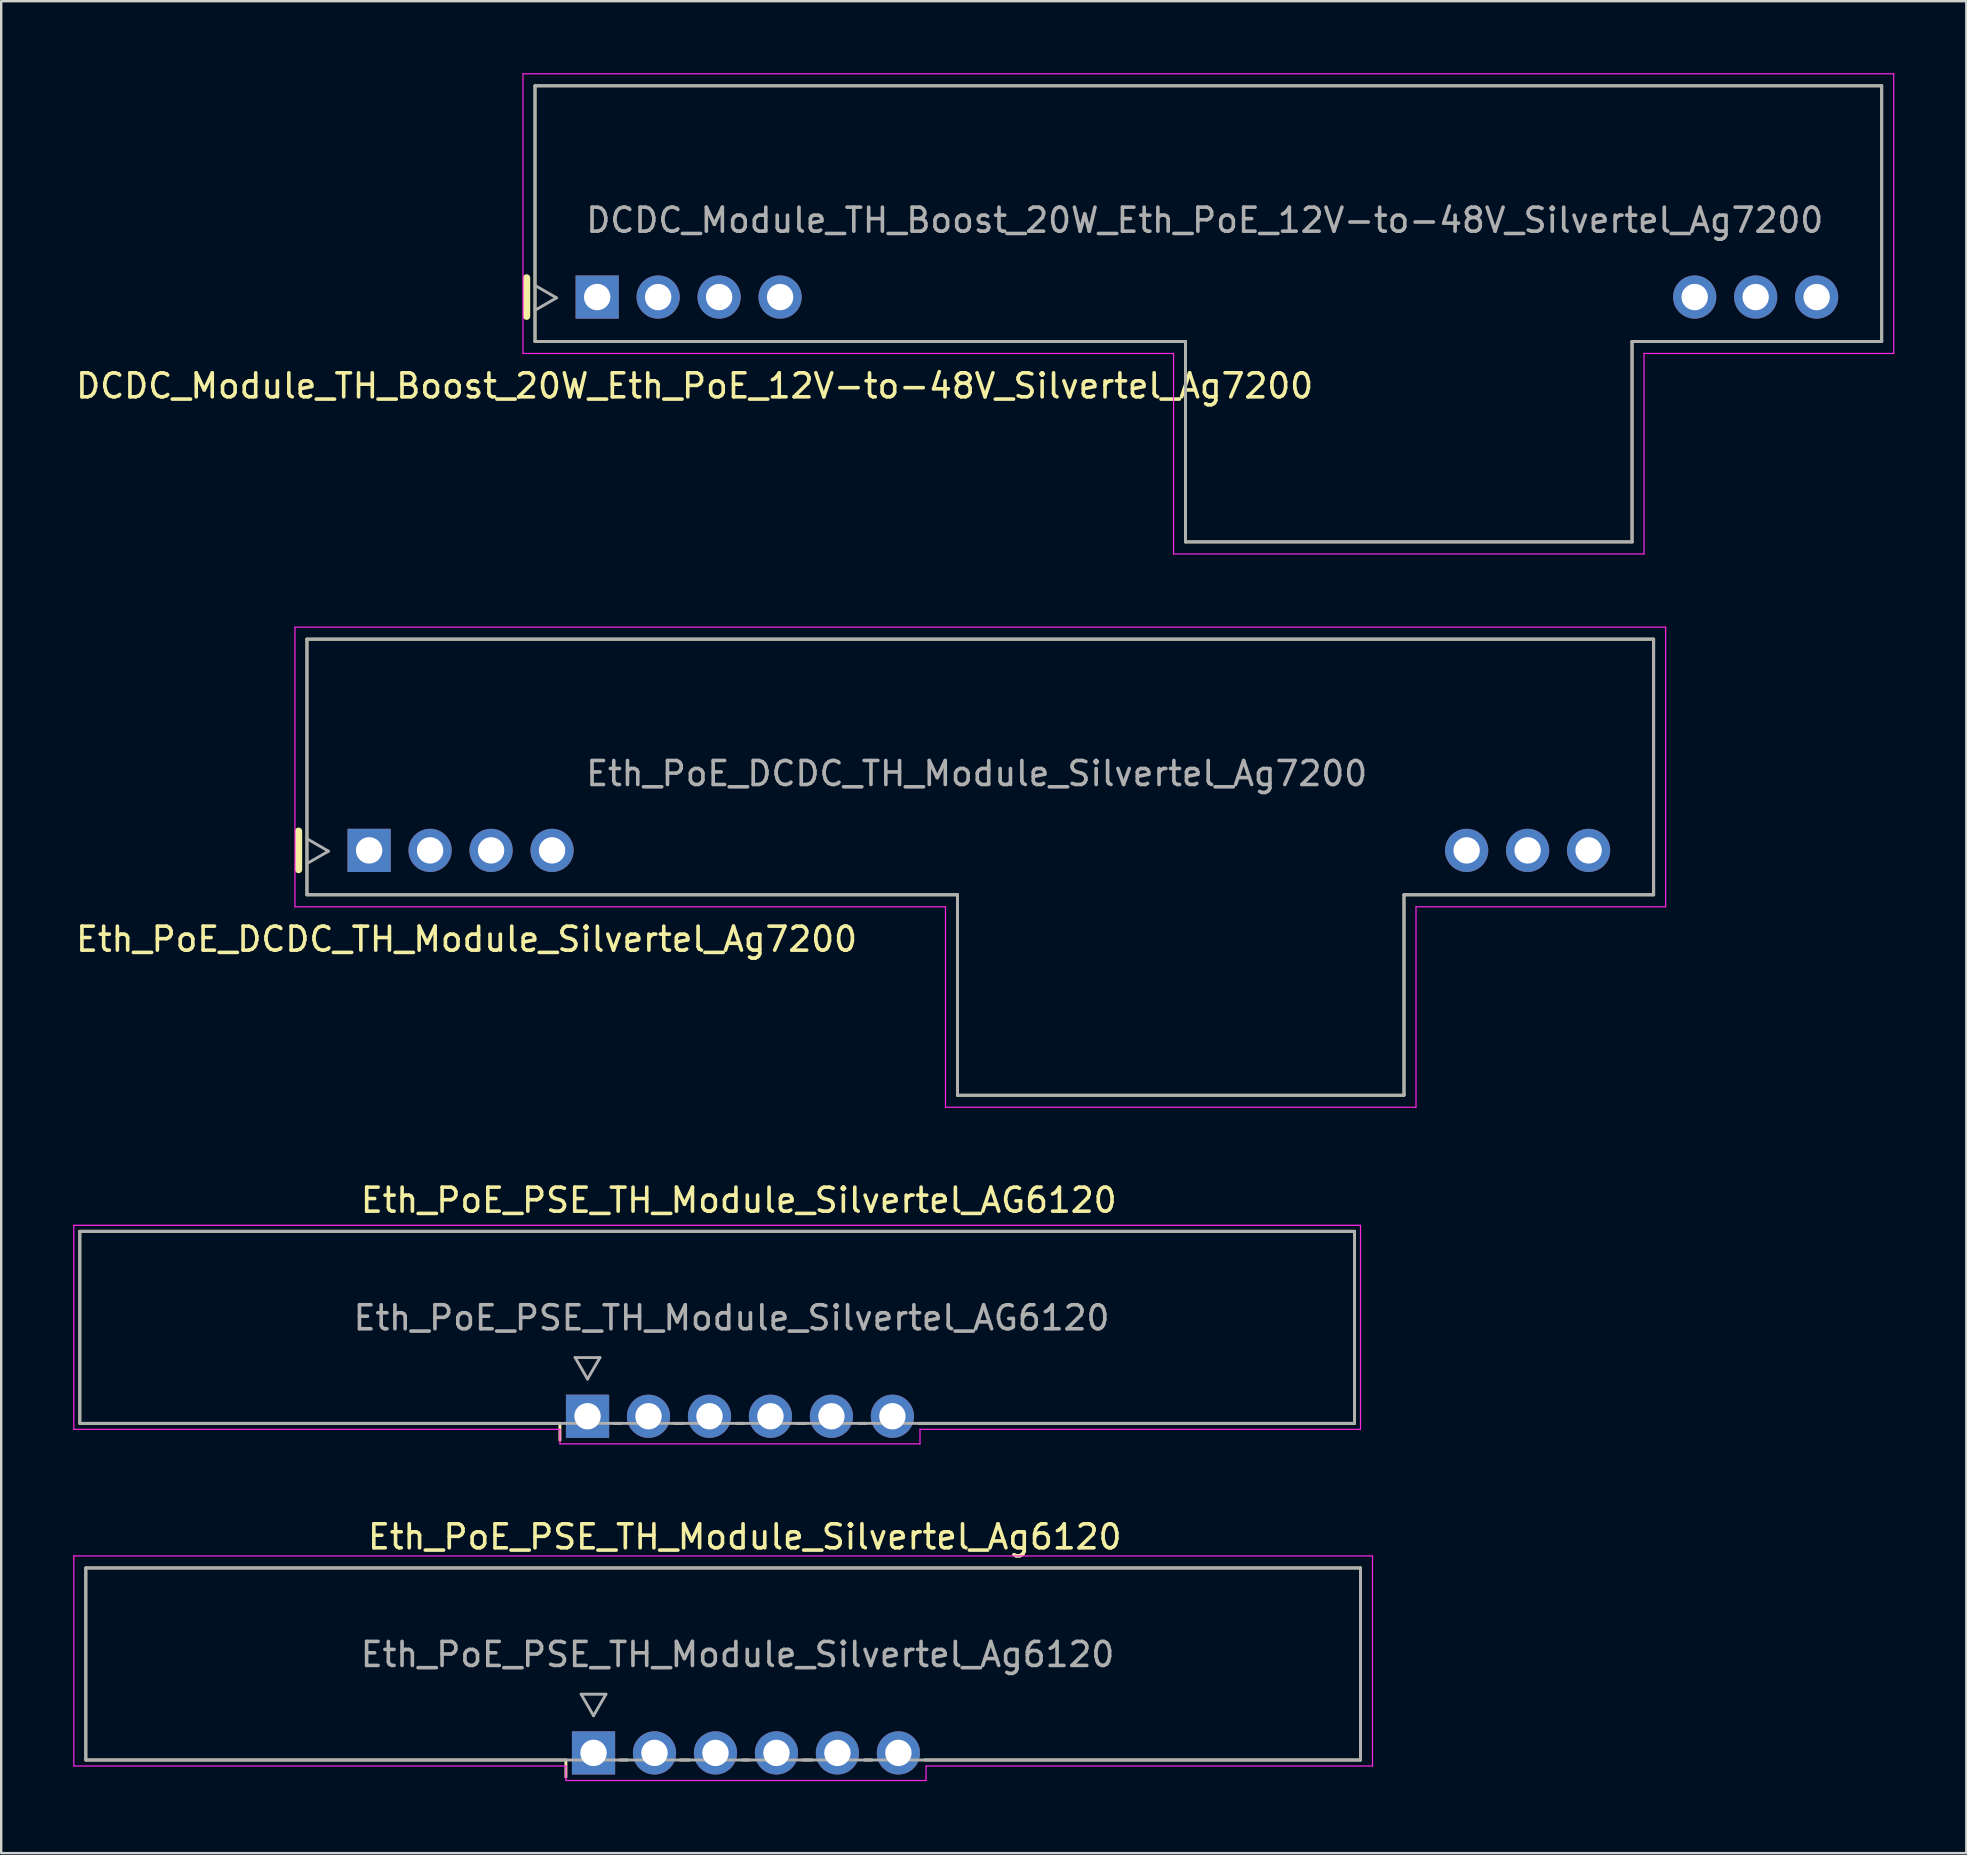
<source format=kicad_pcb>
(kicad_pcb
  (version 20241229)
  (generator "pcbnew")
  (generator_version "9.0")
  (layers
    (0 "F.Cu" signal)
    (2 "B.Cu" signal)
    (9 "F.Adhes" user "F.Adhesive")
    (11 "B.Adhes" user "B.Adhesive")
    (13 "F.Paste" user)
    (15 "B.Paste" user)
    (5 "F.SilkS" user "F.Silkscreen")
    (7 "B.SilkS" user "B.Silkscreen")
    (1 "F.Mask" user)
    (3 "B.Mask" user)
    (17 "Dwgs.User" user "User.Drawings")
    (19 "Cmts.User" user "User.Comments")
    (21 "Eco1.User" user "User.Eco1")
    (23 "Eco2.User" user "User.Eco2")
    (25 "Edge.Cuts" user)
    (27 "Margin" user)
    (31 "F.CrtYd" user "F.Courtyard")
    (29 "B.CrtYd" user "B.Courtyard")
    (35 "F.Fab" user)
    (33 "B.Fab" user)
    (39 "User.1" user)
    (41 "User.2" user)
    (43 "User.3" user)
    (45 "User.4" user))
  (footprint "Eth_PoE_DCDC_TH_Module_Silvertel_Ag7200"
    (layer "F.Cu")
    (at 12.327 32.375)
    (property "Reference" "Eth_PoE_DCDC_TH_Module_Silvertel_Ag7200" (at 4.06 3.7 0) (layer "F.SilkS") (effects (font (size 1 1) (thickness 0.15))))
    (attr through_hole)
    (fp_line (start -2.94 -0.8) (end -2.94 0.8) (stroke (width 0.3) (type default)) (layer "F.SilkS"))
    (fp_line (start -2.59 -8.8) (end 53.51 -8.8) (stroke (width 0.12) (type solid)) (layer "F.SilkS"))
    (fp_line (start -2.59 1.85) (end -2.59 -8.8) (stroke (width 0.12) (type solid)) (layer "F.SilkS"))
    (fp_line (start -2.59 1.85) (end 24.51 1.85) (stroke (width 0.12) (type default)) (layer "F.SilkS"))
    (fp_line (start 24.51 1.85) (end 24.51 10.2) (stroke (width 0.12) (type default)) (layer "F.SilkS"))
    (fp_line (start 43.11 1.85) (end 43.11 10.2) (stroke (width 0.12) (type default)) (layer "F.SilkS"))
    (fp_line (start 43.11 10.2) (end 24.51 10.2) (stroke (width 0.12) (type solid)) (layer "F.SilkS"))
    (fp_line (start 53.51 -8.8) (end 53.51 1.85) (stroke (width 0.12) (type solid)) (layer "F.SilkS"))
    (fp_line (start 53.51 1.85) (end 43.11 1.85) (stroke (width 0.12) (type default)) (layer "F.SilkS"))
    (fp_line (start -3.09 -9.3) (end -3.09 2.35) (stroke (width 0.05) (type solid)) (layer "F.CrtYd"))
    (fp_line (start -3.09 2.35) (end 24.01 2.35) (stroke (width 0.05) (type default)) (layer "F.CrtYd"))
    (fp_line (start 24.01 2.35) (end 24.01 10.7) (stroke (width 0.05) (type default)) (layer "F.CrtYd"))
    (fp_line (start 24.01 10.7) (end 43.61 10.7) (stroke (width 0.05) (type solid)) (layer "F.CrtYd"))
    (fp_line (start 43.61 2.35) (end 43.61 10.7) (stroke (width 0.05) (type default)) (layer "F.CrtYd"))
    (fp_line (start 54.01 -9.3) (end -3.09 -9.3) (stroke (width 0.05) (type solid)) (layer "F.CrtYd"))
    (fp_line (start 54.01 2.35) (end 43.61 2.35) (stroke (width 0.05) (type default)) (layer "F.CrtYd"))
    (fp_line (start 54.01 2.35) (end 54.01 -9.3) (stroke (width 0.05) (type solid)) (layer "F.CrtYd"))
    (fp_line (start -2.59 -8.8) (end 53.51 -8.8) (stroke (width 0.12) (type solid)) (layer "F.Fab"))
    (fp_line (start -2.59 0.55) (end -1.694 0.033) (stroke (width 0.12) (type solid)) (layer "F.Fab"))
    (fp_line (start -2.59 1.85) (end -2.59 -8.8) (stroke (width 0.12) (type solid)) (layer "F.Fab"))
    (fp_line (start -2.59 1.85) (end 24.51 1.85) (stroke (width 0.12) (type default)) (layer "F.Fab"))
    (fp_line (start -1.694 0.033) (end -2.59 -0.485) (stroke (width 0.12) (type solid)) (layer "F.Fab"))
    (fp_line (start 24.51 1.85) (end 24.51 10.2) (stroke (width 0.12) (type default)) (layer "F.Fab"))
    (fp_line (start 43.11 1.85) (end 43.11 10.2) (stroke (width 0.12) (type default)) (layer "F.Fab"))
    (fp_line (start 43.11 10.2) (end 24.51 10.2) (stroke (width 0.12) (type solid)) (layer "F.Fab"))
    (fp_line (start 53.51 -8.8) (end 53.51 1.85) (stroke (width 0.12) (type solid)) (layer "F.Fab"))
    (fp_line (start 53.51 1.85) (end 43.11 1.85) (stroke (width 0.12) (type default)) (layer "F.Fab"))
    (fp_text user "${REFERENCE}" (at 25.31 -3.2 0) (layer "F.Fab") (effects (font (size 1 1) (thickness 0.15))))
    (pad "1" thru_hole rect (at 0 0) (size 1.8 1.8) (drill 1.1) (layers "*.Cu" "*.Mask"))
    (pad "2" thru_hole circle (at 2.54 0) (size 1.8 1.8) (drill 1.1) (layers "*.Cu" "*.Mask"))
    (pad "3" thru_hole circle (at 5.08 0) (size 1.8 1.8) (drill 1.1) (layers "*.Cu" "*.Mask"))
    (pad "4" thru_hole circle (at 7.62 0) (size 1.8 1.8) (drill 1.1) (layers "*.Cu" "*.Mask"))
    (pad "5" thru_hole circle (at 45.72 0) (size 1.8 1.8) (drill 1.1) (layers "*.Cu" "*.Mask"))
    (pad "6" thru_hole circle (at 48.26 0) (size 1.8 1.8) (drill 1.1) (layers "*.Cu" "*.Mask"))
    (pad "7" thru_hole circle (at 50.8 0) (size 1.8 1.8) (drill 1.1) (layers "*.Cu" "*.Mask"))
    (zone (net_name "") (layer "F.Cu") (name "Isolation") (hatch edge 0.5) (connect_pads) (min_thickness 0.25) (filled_areas_thickness no) (keepout (tracks not_allowed) (vias not_allowed) (pads not_allowed) (copperpour not_allowed) (footprints allowed)) (placement (enabled no)) (fill) (polygon (pts (xy 43.887 23.575) (xy 43.887 42.575) (xy 56.887 42.575) (xy 56.887 23.575)))))
  (footprint "Eth_PoE_PSE_TH_Module_Silvertel_AG6120"
    (layer "F.Cu")
    (at 21.425 55.948)
    (property "Reference" "Eth_PoE_PSE_TH_Module_Silvertel_AG6120" (at 6.3 -9 0) (layer "F.SilkS") (effects (font (size 1 1) (thickness 0.15))))
    (attr through_hole)
    (fp_line (start -21.15 -7.705) (end 31.95 -7.705) (stroke (width 0.12) (type solid)) (layer "F.SilkS"))
    (fp_line (start -21.15 0.295) (end -21.15 -7.705) (stroke (width 0.12) (type solid)) (layer "F.SilkS"))
    (fp_line (start -1.15 0.295) (end -21.15 0.295) (stroke (width 0.12) (type solid)) (layer "F.SilkS"))
    (fp_line (start -1.15 1) (end -1.15 0.295) (stroke (width 0.12) (type solid)) (layer "F.SilkS"))
    (fp_line (start 1.1 0.295) (end 1.4 0.295) (stroke (width 0.12) (type solid)) (layer "F.SilkS"))
    (fp_line (start 3.6 0.295) (end 4 0.295) (stroke (width 0.12) (type solid)) (layer "F.SilkS"))
    (fp_line (start 6.2 0.295) (end 6.5 0.295) (stroke (width 0.12) (type solid)) (layer "F.SilkS"))
    (fp_line (start 8.7 0.295) (end 9.1 0.295) (stroke (width 0.12) (type solid)) (layer "F.SilkS"))
    (fp_line (start 11.3 0.295) (end 11.6 0.295) (stroke (width 0.12) (type solid)) (layer "F.SilkS"))
    (fp_line (start 31.95 -7.705) (end 31.95 0.295) (stroke (width 0.12) (type solid)) (layer "F.SilkS"))
    (fp_line (start 31.95 0.295) (end 13.8 0.295) (stroke (width 0.12) (type solid)) (layer "F.SilkS"))
    (fp_line (start -21.4 -7.955) (end 32.2 -7.955) (stroke (width 0.05) (type default)) (layer "F.CrtYd"))
    (fp_line (start -21.4 0.545) (end -21.4 -7.955) (stroke (width 0.05) (type default)) (layer "F.CrtYd"))
    (fp_line (start -1.15 0.545) (end -21.4 0.545) (stroke (width 0.05) (type default)) (layer "F.CrtYd"))
    (fp_line (start -1.15 1.15) (end -1.15 0.545) (stroke (width 0.05) (type default)) (layer "F.CrtYd"))
    (fp_line (start 13.85 0.545) (end 13.85 1.15) (stroke (width 0.05) (type default)) (layer "F.CrtYd"))
    (fp_line (start 13.85 1.15) (end -1.15 1.15) (stroke (width 0.05) (type default)) (layer "F.CrtYd"))
    (fp_line (start 32.2 -7.955) (end 32.2 0.545) (stroke (width 0.05) (type default)) (layer "F.CrtYd"))
    (fp_line (start 32.2 0.545) (end 13.85 0.545) (stroke (width 0.05) (type default)) (layer "F.CrtYd"))
    (fp_line (start -0.517 -2.446) (end 0 -1.55) (stroke (width 0.12) (type solid)) (layer "F.Fab"))
    (fp_line (start 0 -1.55) (end 0.518 -2.446) (stroke (width 0.12) (type solid)) (layer "F.Fab"))
    (fp_line (start 0.518 -2.446) (end -0.517 -2.446) (stroke (width 0.12) (type solid)) (layer "F.Fab"))
    (fp_rect (start -21.15 -7.705) (end 31.95 0.295) (stroke (width 0.12) (type default)) (fill no) (layer "F.Fab"))
    (fp_text user "${REFERENCE}" (at 6 -4.1 0) (layer "F.Fab") (effects (font (size 1 1) (thickness 0.15))))
    (pad "1" thru_hole rect (at 0 0) (size 1.8 1.8) (drill 1.1) (layers "*.Cu" "*.Mask"))
    (pad "2" thru_hole circle (at 2.54 0) (size 1.8 1.8) (drill 1.1) (layers "*.Cu" "*.Mask"))
    (pad "3" thru_hole circle (at 5.08 0) (size 1.8 1.8) (drill 1.1) (layers "*.Cu" "*.Mask"))
    (pad "4" thru_hole circle (at 7.62 0) (size 1.8 1.8) (drill 1.1) (layers "*.Cu" "*.Mask"))
    (pad "5" thru_hole circle (at 10.16 0) (size 1.8 1.8) (drill 1.1) (layers "*.Cu" "*.Mask"))
    (pad "6" thru_hole circle (at 12.7 0) (size 1.8 1.8) (drill 1.1) (layers "*.Cu" "*.Mask")))
  (footprint "Eth_PoE_PSE_TH_Module_Silvertel_Ag6120"
    (layer "F.Cu")
    (at 21.675 69.972)
    (property "Reference" "Eth_PoE_PSE_TH_Module_Silvertel_Ag6120" (at 6.3 -9 0) (layer "F.SilkS") (effects (font (size 1 1) (thickness 0.15))))
    (attr through_hole)
    (fp_line (start -21.15 -7.705) (end 31.95 -7.705) (stroke (width 0.12) (type solid)) (layer "F.SilkS"))
    (fp_line (start -21.15 0.295) (end -21.15 -7.705) (stroke (width 0.12) (type solid)) (layer "F.SilkS"))
    (fp_line (start -1.15 0.295) (end -21.15 0.295) (stroke (width 0.12) (type solid)) (layer "F.SilkS"))
    (fp_line (start -1.15 1) (end -1.15 0.295) (stroke (width 0.12) (type solid)) (layer "F.SilkS"))
    (fp_line (start 1.1 0.295) (end 1.4 0.295) (stroke (width 0.12) (type solid)) (layer "F.SilkS"))
    (fp_line (start 3.6 0.295) (end 4 0.295) (stroke (width 0.12) (type solid)) (layer "F.SilkS"))
    (fp_line (start 6.2 0.295) (end 6.5 0.295) (stroke (width 0.12) (type solid)) (layer "F.SilkS"))
    (fp_line (start 8.7 0.295) (end 9.1 0.295) (stroke (width 0.12) (type solid)) (layer "F.SilkS"))
    (fp_line (start 11.3 0.295) (end 11.6 0.295) (stroke (width 0.12) (type solid)) (layer "F.SilkS"))
    (fp_line (start 31.95 -7.705) (end 31.95 0.295) (stroke (width 0.12) (type solid)) (layer "F.SilkS"))
    (fp_line (start 31.95 0.295) (end 13.8 0.295) (stroke (width 0.12) (type solid)) (layer "F.SilkS"))
    (fp_line (start -21.65 -8.205) (end 32.45 -8.205) (stroke (width 0.05) (type default)) (layer "F.CrtYd"))
    (fp_line (start -21.65 0.545) (end -21.65 -8.205) (stroke (width 0.05) (type default)) (layer "F.CrtYd"))
    (fp_line (start -1.15 0.545) (end -21.65 0.545) (stroke (width 0.05) (type default)) (layer "F.CrtYd"))
    (fp_line (start -1.15 1.15) (end -1.15 0.545) (stroke (width 0.05) (type default)) (layer "F.CrtYd"))
    (fp_line (start 13.85 0.545) (end 13.85 1.15) (stroke (width 0.05) (type default)) (layer "F.CrtYd"))
    (fp_line (start 13.85 1.15) (end -1.15 1.15) (stroke (width 0.05) (type default)) (layer "F.CrtYd"))
    (fp_line (start 32.45 -8.205) (end 32.45 0.545) (stroke (width 0.05) (type default)) (layer "F.CrtYd"))
    (fp_line (start 32.45 0.545) (end 13.85 0.545) (stroke (width 0.05) (type default)) (layer "F.CrtYd"))
    (fp_line (start -0.517 -2.446) (end 0 -1.55) (stroke (width 0.12) (type solid)) (layer "F.Fab"))
    (fp_line (start 0 -1.55) (end 0.518 -2.446) (stroke (width 0.12) (type solid)) (layer "F.Fab"))
    (fp_line (start 0.518 -2.446) (end -0.517 -2.446) (stroke (width 0.12) (type solid)) (layer "F.Fab"))
    (fp_rect (start -21.15 -7.705) (end 31.95 0.295) (stroke (width 0.12) (type default)) (fill no) (layer "F.Fab"))
    (fp_text user "${REFERENCE}" (at 6 -4.1 0) (layer "F.Fab") (effects (font (size 1 1) (thickness 0.15))))
    (pad "1" thru_hole rect (at 0 0) (size 1.8 1.8) (drill 1.1) (layers "*.Cu" "*.Mask"))
    (pad "2" thru_hole circle (at 2.54 0) (size 1.8 1.8) (drill 1.1) (layers "*.Cu" "*.Mask"))
    (pad "3" thru_hole circle (at 5.08 0) (size 1.8 1.8) (drill 1.1) (layers "*.Cu" "*.Mask"))
    (pad "4" thru_hole circle (at 7.62 0) (size 1.8 1.8) (drill 1.1) (layers "*.Cu" "*.Mask"))
    (pad "5" thru_hole circle (at 10.16 0) (size 1.8 1.8) (drill 1.1) (layers "*.Cu" "*.Mask"))
    (pad "6" thru_hole circle (at 12.7 0) (size 1.8 1.8) (drill 1.1) (layers "*.Cu" "*.Mask")))
  (footprint "DCDC_Module_TH_Boost_20W_Eth_PoE_12V-to-48V_Silvertel_Ag7200"
    (layer "F.Cu")
    (at 21.827 9.325)
    (property "Reference" "DCDC_Module_TH_Boost_20W_Eth_PoE_12V-to-48V_Silvertel_Ag7200" (at 4.06 3.7 0) (layer "F.SilkS") (effects (font (size 1 1) (thickness 0.15))))
    (attr through_hole)
    (fp_line (start -2.94 -0.8) (end -2.94 0.8) (stroke (width 0.3) (type default)) (layer "F.SilkS"))
    (fp_line (start -2.59 -8.8) (end 53.51 -8.8) (stroke (width 0.12) (type solid)) (layer "F.SilkS"))
    (fp_line (start -2.59 1.85) (end -2.59 -8.8) (stroke (width 0.12) (type solid)) (layer "F.SilkS"))
    (fp_line (start -2.59 1.85) (end 24.51 1.85) (stroke (width 0.12) (type default)) (layer "F.SilkS"))
    (fp_line (start 24.51 1.85) (end 24.51 10.2) (stroke (width 0.12) (type default)) (layer "F.SilkS"))
    (fp_line (start 43.11 1.85) (end 43.11 10.2) (stroke (width 0.12) (type default)) (layer "F.SilkS"))
    (fp_line (start 43.11 10.2) (end 24.51 10.2) (stroke (width 0.12) (type solid)) (layer "F.SilkS"))
    (fp_line (start 53.51 -8.8) (end 53.51 1.85) (stroke (width 0.12) (type solid)) (layer "F.SilkS"))
    (fp_line (start 53.51 1.85) (end 43.11 1.85) (stroke (width 0.12) (type default)) (layer "F.SilkS"))
    (fp_line (start -3.09 -9.3) (end -3.09 2.35) (stroke (width 0.05) (type solid)) (layer "F.CrtYd"))
    (fp_line (start -3.09 2.35) (end 24.01 2.35) (stroke (width 0.05) (type default)) (layer "F.CrtYd"))
    (fp_line (start 24.01 2.35) (end 24.01 10.7) (stroke (width 0.05) (type default)) (layer "F.CrtYd"))
    (fp_line (start 24.01 10.7) (end 43.61 10.7) (stroke (width 0.05) (type solid)) (layer "F.CrtYd"))
    (fp_line (start 43.61 2.35) (end 43.61 10.7) (stroke (width 0.05) (type default)) (layer "F.CrtYd"))
    (fp_line (start 54.01 -9.3) (end -3.09 -9.3) (stroke (width 0.05) (type solid)) (layer "F.CrtYd"))
    (fp_line (start 54.01 2.35) (end 43.61 2.35) (stroke (width 0.05) (type default)) (layer "F.CrtYd"))
    (fp_line (start 54.01 2.35) (end 54.01 -9.3) (stroke (width 0.05) (type solid)) (layer "F.CrtYd"))
    (fp_line (start -2.59 -8.8) (end 53.51 -8.8) (stroke (width 0.12) (type solid)) (layer "F.Fab"))
    (fp_line (start -2.59 0.55) (end -1.694 0.033) (stroke (width 0.12) (type solid)) (layer "F.Fab"))
    (fp_line (start -2.59 1.85) (end -2.59 -8.8) (stroke (width 0.12) (type solid)) (layer "F.Fab"))
    (fp_line (start -2.59 1.85) (end 24.51 1.85) (stroke (width 0.12) (type default)) (layer "F.Fab"))
    (fp_line (start -1.694 0.033) (end -2.59 -0.485) (stroke (width 0.12) (type solid)) (layer "F.Fab"))
    (fp_line (start 24.51 1.85) (end 24.51 10.2) (stroke (width 0.12) (type default)) (layer "F.Fab"))
    (fp_line (start 43.11 1.85) (end 43.11 10.2) (stroke (width 0.12) (type default)) (layer "F.Fab"))
    (fp_line (start 43.11 10.2) (end 24.51 10.2) (stroke (width 0.12) (type solid)) (layer "F.Fab"))
    (fp_line (start 53.51 -8.8) (end 53.51 1.85) (stroke (width 0.12) (type solid)) (layer "F.Fab"))
    (fp_line (start 53.51 1.85) (end 43.11 1.85) (stroke (width 0.12) (type default)) (layer "F.Fab"))
    (fp_text user "${REFERENCE}" (at 25.31 -3.2 0) (layer "F.Fab") (effects (font (size 1 1) (thickness 0.15))))
    (pad "1" thru_hole rect (at 0 0) (size 1.8 1.8) (drill 1.1) (layers "*.Cu" "*.Mask"))
    (pad "2" thru_hole circle (at 2.54 0) (size 1.8 1.8) (drill 1.1) (layers "*.Cu" "*.Mask"))
    (pad "3" thru_hole circle (at 5.08 0) (size 1.8 1.8) (drill 1.1) (layers "*.Cu" "*.Mask"))
    (pad "4" thru_hole circle (at 7.62 0) (size 1.8 1.8) (drill 1.1) (layers "*.Cu" "*.Mask"))
    (pad "5" thru_hole circle (at 45.72 0) (size 1.8 1.8) (drill 1.1) (layers "*.Cu" "*.Mask"))
    (pad "6" thru_hole circle (at 48.26 0) (size 1.8 1.8) (drill 1.1) (layers "*.Cu" "*.Mask"))
    (pad "7" thru_hole circle (at 50.8 0) (size 1.8 1.8) (drill 1.1) (layers "*.Cu" "*.Mask"))
    (zone (net_name "") (layer "F.Cu") (name "Isolation") (hatch edge 0.5) (connect_pads) (min_thickness 0.25) (filled_areas_thickness no) (keepout (tracks not_allowed) (vias not_allowed) (pads not_allowed) (copperpour not_allowed) (footprints allowed)) (placement (enabled no)) (fill) (polygon (pts (xy 53.387 0.525) (xy 53.387 19.525) (xy 66.387 19.525) (xy 66.387 0.525)))))
  (gr_rect
    (start -3 -3)
    (end 78.862 74.147)
    (stroke (width 0.1) (type default))
    (fill no)
    (layer "Edge.Cuts")))
</source>
